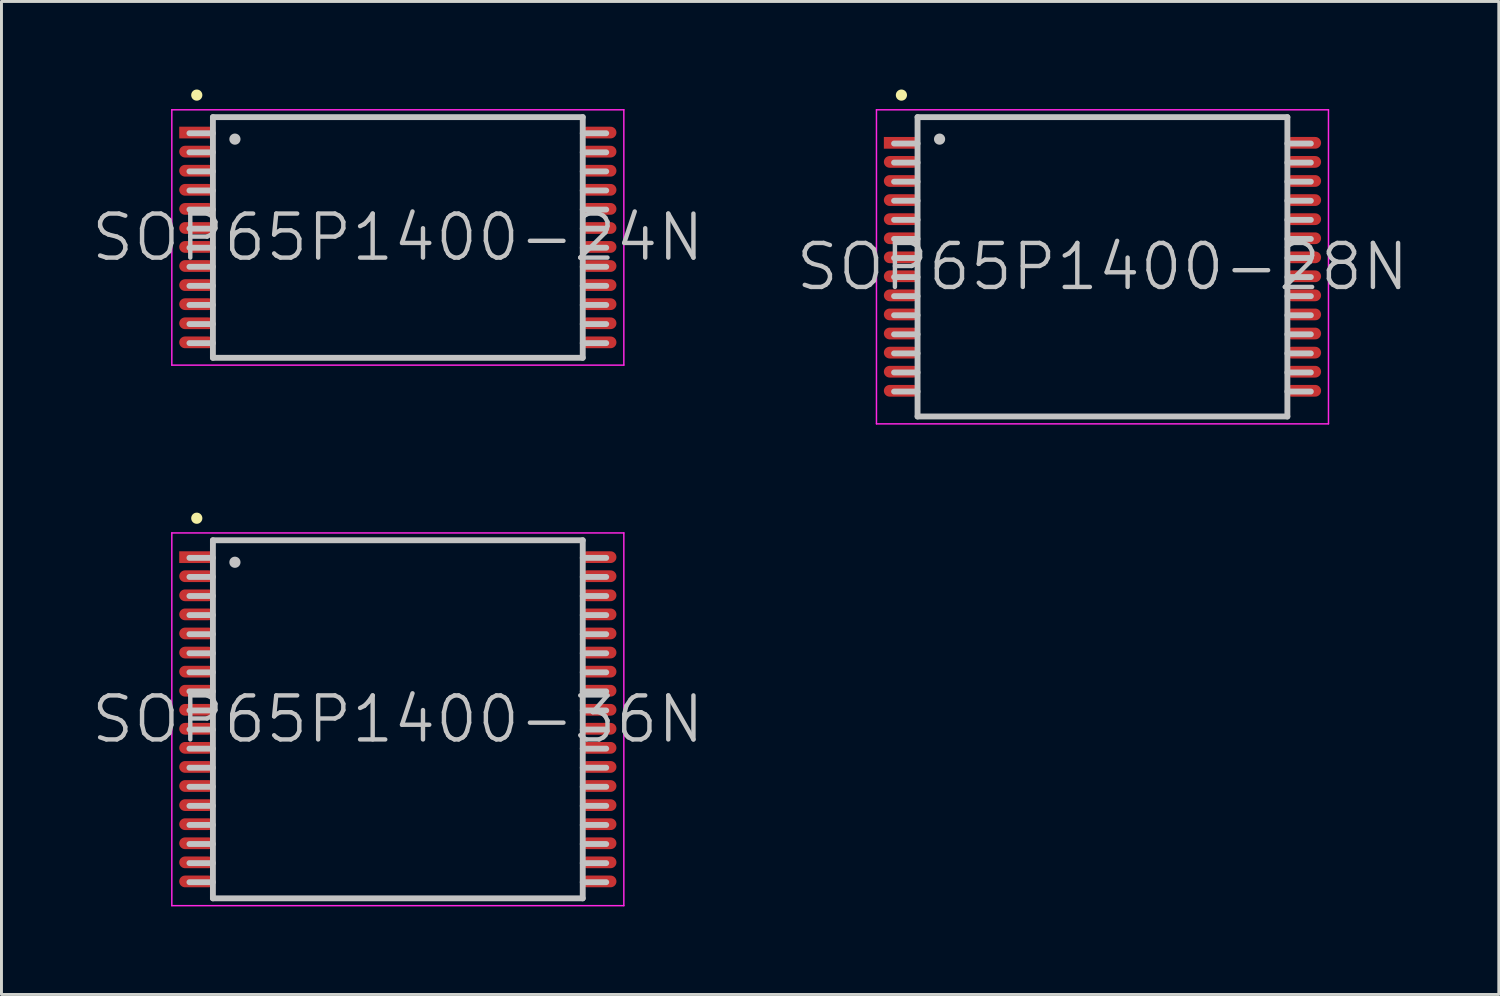
<source format=kicad_pcb>
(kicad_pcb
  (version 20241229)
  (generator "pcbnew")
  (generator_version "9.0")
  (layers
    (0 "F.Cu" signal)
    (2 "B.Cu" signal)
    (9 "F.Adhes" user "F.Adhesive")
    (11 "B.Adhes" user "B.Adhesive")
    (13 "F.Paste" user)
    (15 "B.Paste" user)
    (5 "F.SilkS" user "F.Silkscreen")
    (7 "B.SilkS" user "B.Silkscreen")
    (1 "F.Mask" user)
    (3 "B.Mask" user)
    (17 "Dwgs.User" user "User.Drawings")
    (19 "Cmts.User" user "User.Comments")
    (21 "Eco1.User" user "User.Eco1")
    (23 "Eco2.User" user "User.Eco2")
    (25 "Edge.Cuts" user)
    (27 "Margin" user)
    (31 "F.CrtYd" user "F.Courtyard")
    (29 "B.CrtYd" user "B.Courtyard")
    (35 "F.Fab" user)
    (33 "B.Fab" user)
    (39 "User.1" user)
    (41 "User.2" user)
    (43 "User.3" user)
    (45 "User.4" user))
  (footprint "SOP65P1400-24N"
    (layer "F.Cu")
    (at 10.504 5.04)
    (property "Reference" "SOP65P1400-24N" (at 0 0 0) (layer "Dwgs.User") (effects (font (size 1.5 1.5) (thickness 0.15))))
    (attr smd)
    (fp_line (start -6.85 -4.85) (end -6.85 -4.85) (stroke (width 0.381) (type solid)) (layer "F.SilkS"))
    (fp_line (start -6.3 -4.1) (end -6.3 4.1) (stroke (width 0.2) (type solid)) (layer "Dwgs.User"))
    (fp_line (start -6.3 -4.1) (end 6.3 -4.1) (stroke (width 0.2) (type solid)) (layer "Dwgs.User"))
    (fp_line (start -6.3 -3.55) (end -7.1 -3.55) (stroke (width 0.2) (type solid)) (layer "Dwgs.User"))
    (fp_line (start -6.3 -2.9) (end -7.1 -2.9) (stroke (width 0.2) (type solid)) (layer "Dwgs.User"))
    (fp_line (start -6.3 -2.25) (end -7.1 -2.25) (stroke (width 0.2) (type solid)) (layer "Dwgs.User"))
    (fp_line (start -6.3 -1.6) (end -7.1 -1.6) (stroke (width 0.2) (type solid)) (layer "Dwgs.User"))
    (fp_line (start -6.3 -0.95) (end -7.1 -0.95) (stroke (width 0.2) (type solid)) (layer "Dwgs.User"))
    (fp_line (start -6.3 -0.3) (end -7.1 -0.3) (stroke (width 0.2) (type solid)) (layer "Dwgs.User"))
    (fp_line (start -6.3 0.35) (end -7.1 0.35) (stroke (width 0.2) (type solid)) (layer "Dwgs.User"))
    (fp_line (start -6.3 1) (end -7.1 1) (stroke (width 0.2) (type solid)) (layer "Dwgs.User"))
    (fp_line (start -6.3 1.65) (end -7.1 1.65) (stroke (width 0.2) (type solid)) (layer "Dwgs.User"))
    (fp_line (start -6.3 2.3) (end -7.1 2.3) (stroke (width 0.2) (type solid)) (layer "Dwgs.User"))
    (fp_line (start -6.3 2.95) (end -7.1 2.95) (stroke (width 0.2) (type solid)) (layer "Dwgs.User"))
    (fp_line (start -6.3 3.6) (end -7.1 3.6) (stroke (width 0.2) (type solid)) (layer "Dwgs.User"))
    (fp_line (start -6.3 4.1) (end 6.3 4.1) (stroke (width 0.2) (type solid)) (layer "Dwgs.User"))
    (fp_line (start -5.55 -3.35) (end -5.55 -3.35) (stroke (width 0.381) (type solid)) (layer "Dwgs.User"))
    (fp_line (start 6.3 -4.1) (end 6.3 4.1) (stroke (width 0.2) (type solid)) (layer "Dwgs.User"))
    (fp_line (start 7.1 -3.55) (end 6.3 -3.55) (stroke (width 0.2) (type solid)) (layer "Dwgs.User"))
    (fp_line (start 7.1 -2.9) (end 6.3 -2.9) (stroke (width 0.2) (type solid)) (layer "Dwgs.User"))
    (fp_line (start 7.1 -2.25) (end 6.3 -2.25) (stroke (width 0.2) (type solid)) (layer "Dwgs.User"))
    (fp_line (start 7.1 -1.6) (end 6.3 -1.6) (stroke (width 0.2) (type solid)) (layer "Dwgs.User"))
    (fp_line (start 7.1 -0.95) (end 6.3 -0.95) (stroke (width 0.2) (type solid)) (layer "Dwgs.User"))
    (fp_line (start 7.1 -0.3) (end 6.3 -0.3) (stroke (width 0.2) (type solid)) (layer "Dwgs.User"))
    (fp_line (start 7.1 0.35) (end 6.3 0.35) (stroke (width 0.2) (type solid)) (layer "Dwgs.User"))
    (fp_line (start 7.1 1) (end 6.3 1) (stroke (width 0.2) (type solid)) (layer "Dwgs.User"))
    (fp_line (start 7.1 1.65) (end 6.3 1.65) (stroke (width 0.2) (type solid)) (layer "Dwgs.User"))
    (fp_line (start 7.1 2.3) (end 6.3 2.3) (stroke (width 0.2) (type solid)) (layer "Dwgs.User"))
    (fp_line (start 7.1 2.95) (end 6.3 2.95) (stroke (width 0.2) (type solid)) (layer "Dwgs.User"))
    (fp_line (start 7.1 3.6) (end 6.3 3.6) (stroke (width 0.2) (type solid)) (layer "Dwgs.User"))
    (fp_line (start -7.7 -4.35) (end -7.7 4.35) (stroke (width 0.05) (type solid)) (layer "F.CrtYd"))
    (fp_line (start -7.7 -4.35) (end 7.7 -4.35) (stroke (width 0.05) (type solid)) (layer "F.CrtYd"))
    (fp_line (start -7.7 4.35) (end 7.7 4.35) (stroke (width 0.05) (type solid)) (layer "F.CrtYd"))
    (fp_line (start 7.7 -4.35) (end 7.7 4.35) (stroke (width 0.05) (type solid)) (layer "F.CrtYd"))
    (pad "1" smd rect (at -6.848 -3.574 90) (size 0.4 1.2) (layers "F.Cu" "F.Mask" "F.Paste"))
    (pad "2" smd oval (at -6.848 -2.924 90) (size 0.4 1.2) (layers "F.Cu" "F.Mask" "F.Paste"))
    (pad "3" smd oval (at -6.848 -2.273 90) (size 0.4 1.2) (layers "F.Cu" "F.Mask" "F.Paste"))
    (pad "4" smd oval (at -6.848 -1.623 90) (size 0.4 1.2) (layers "F.Cu" "F.Mask" "F.Paste"))
    (pad "5" smd oval (at -6.848 -0.973 90) (size 0.4 1.2) (layers "F.Cu" "F.Mask" "F.Paste"))
    (pad "6" smd oval (at -6.848 -0.323 90) (size 0.4 1.2) (layers "F.Cu" "F.Mask" "F.Paste"))
    (pad "7" smd oval (at -6.848 0.323 90) (size 0.4 1.2) (layers "F.Cu" "F.Mask" "F.Paste"))
    (pad "8" smd oval (at -6.848 0.973 90) (size 0.4 1.2) (layers "F.Cu" "F.Mask" "F.Paste"))
    (pad "9" smd oval (at -6.848 1.623 90) (size 0.4 1.2) (layers "F.Cu" "F.Mask" "F.Paste"))
    (pad "10" smd oval (at -6.848 2.273 90) (size 0.4 1.2) (layers "F.Cu" "F.Mask" "F.Paste"))
    (pad "11" smd oval (at -6.848 2.924 90) (size 0.4 1.2) (layers "F.Cu" "F.Mask" "F.Paste"))
    (pad "12" smd oval (at -6.848 3.574 90) (size 0.4 1.2) (layers "F.Cu" "F.Mask" "F.Paste"))
    (pad "13" smd oval (at 6.848 3.574 270) (size 0.4 1.2) (layers "F.Cu" "F.Mask" "F.Paste"))
    (pad "14" smd oval (at 6.848 2.924 270) (size 0.4 1.2) (layers "F.Cu" "F.Mask" "F.Paste"))
    (pad "15" smd oval (at 6.848 2.273 270) (size 0.4 1.2) (layers "F.Cu" "F.Mask" "F.Paste"))
    (pad "16" smd oval (at 6.848 1.623 270) (size 0.4 1.2) (layers "F.Cu" "F.Mask" "F.Paste"))
    (pad "17" smd oval (at 6.848 0.973 270) (size 0.4 1.2) (layers "F.Cu" "F.Mask" "F.Paste"))
    (pad "18" smd oval (at 6.848 0.323 270) (size 0.4 1.2) (layers "F.Cu" "F.Mask" "F.Paste"))
    (pad "19" smd oval (at 6.848 -0.323 270) (size 0.4 1.2) (layers "F.Cu" "F.Mask" "F.Paste"))
    (pad "20" smd oval (at 6.848 -0.973 270) (size 0.4 1.2) (layers "F.Cu" "F.Mask" "F.Paste"))
    (pad "21" smd oval (at 6.848 -1.623 270) (size 0.4 1.2) (layers "F.Cu" "F.Mask" "F.Paste"))
    (pad "22" smd oval (at 6.848 -2.273 270) (size 0.4 1.2) (layers "F.Cu" "F.Mask" "F.Paste"))
    (pad "23" smd oval (at 6.848 -2.924 270) (size 0.4 1.2) (layers "F.Cu" "F.Mask" "F.Paste"))
    (pad "24" smd oval (at 6.848 -3.574 270) (size 0.4 1.2) (layers "F.Cu" "F.Mask" "F.Paste")))
  (footprint "SOP65P1400-28N"
    (layer "F.Cu")
    (at 34.511 6.04)
    (property "Reference" "SOP65P1400-28N" (at 0 0 0) (layer "Dwgs.User") (effects (font (size 1.5 1.5) (thickness 0.15))))
    (attr smd)
    (fp_line (start -6.85 -5.85) (end -6.85 -5.85) (stroke (width 0.381) (type solid)) (layer "F.SilkS"))
    (fp_line (start -6.3 -5.1) (end -6.3 5.1) (stroke (width 0.2) (type solid)) (layer "Dwgs.User"))
    (fp_line (start -6.3 -5.1) (end 6.3 -5.1) (stroke (width 0.2) (type solid)) (layer "Dwgs.User"))
    (fp_line (start -6.3 -4.2) (end -7.1 -4.2) (stroke (width 0.2) (type solid)) (layer "Dwgs.User"))
    (fp_line (start -6.3 -3.55) (end -7.1 -3.55) (stroke (width 0.2) (type solid)) (layer "Dwgs.User"))
    (fp_line (start -6.3 -2.9) (end -7.1 -2.9) (stroke (width 0.2) (type solid)) (layer "Dwgs.User"))
    (fp_line (start -6.3 -2.25) (end -7.1 -2.25) (stroke (width 0.2) (type solid)) (layer "Dwgs.User"))
    (fp_line (start -6.3 -1.6) (end -7.1 -1.6) (stroke (width 0.2) (type solid)) (layer "Dwgs.User"))
    (fp_line (start -6.3 -0.95) (end -7.1 -0.95) (stroke (width 0.2) (type solid)) (layer "Dwgs.User"))
    (fp_line (start -6.3 -0.3) (end -7.1 -0.3) (stroke (width 0.2) (type solid)) (layer "Dwgs.User"))
    (fp_line (start -6.3 0.35) (end -7.1 0.35) (stroke (width 0.2) (type solid)) (layer "Dwgs.User"))
    (fp_line (start -6.3 1) (end -7.1 1) (stroke (width 0.2) (type solid)) (layer "Dwgs.User"))
    (fp_line (start -6.3 1.65) (end -7.1 1.65) (stroke (width 0.2) (type solid)) (layer "Dwgs.User"))
    (fp_line (start -6.3 2.3) (end -7.1 2.3) (stroke (width 0.2) (type solid)) (layer "Dwgs.User"))
    (fp_line (start -6.3 2.95) (end -7.1 2.95) (stroke (width 0.2) (type solid)) (layer "Dwgs.User"))
    (fp_line (start -6.3 3.6) (end -7.1 3.6) (stroke (width 0.2) (type solid)) (layer "Dwgs.User"))
    (fp_line (start -6.3 4.25) (end -7.1 4.25) (stroke (width 0.2) (type solid)) (layer "Dwgs.User"))
    (fp_line (start -6.3 5.1) (end 6.3 5.1) (stroke (width 0.2) (type solid)) (layer "Dwgs.User"))
    (fp_line (start -5.55 -4.35) (end -5.55 -4.35) (stroke (width 0.381) (type solid)) (layer "Dwgs.User"))
    (fp_line (start 6.3 -5.1) (end 6.3 5.1) (stroke (width 0.2) (type solid)) (layer "Dwgs.User"))
    (fp_line (start 7.1 -4.2) (end 6.3 -4.2) (stroke (width 0.2) (type solid)) (layer "Dwgs.User"))
    (fp_line (start 7.1 -3.55) (end 6.3 -3.55) (stroke (width 0.2) (type solid)) (layer "Dwgs.User"))
    (fp_line (start 7.1 -2.9) (end 6.3 -2.9) (stroke (width 0.2) (type solid)) (layer "Dwgs.User"))
    (fp_line (start 7.1 -2.25) (end 6.3 -2.25) (stroke (width 0.2) (type solid)) (layer "Dwgs.User"))
    (fp_line (start 7.1 -1.6) (end 6.3 -1.6) (stroke (width 0.2) (type solid)) (layer "Dwgs.User"))
    (fp_line (start 7.1 -0.95) (end 6.3 -0.95) (stroke (width 0.2) (type solid)) (layer "Dwgs.User"))
    (fp_line (start 7.1 -0.3) (end 6.3 -0.3) (stroke (width 0.2) (type solid)) (layer "Dwgs.User"))
    (fp_line (start 7.1 0.35) (end 6.3 0.35) (stroke (width 0.2) (type solid)) (layer "Dwgs.User"))
    (fp_line (start 7.1 1) (end 6.3 1) (stroke (width 0.2) (type solid)) (layer "Dwgs.User"))
    (fp_line (start 7.1 1.65) (end 6.3 1.65) (stroke (width 0.2) (type solid)) (layer "Dwgs.User"))
    (fp_line (start 7.1 2.3) (end 6.3 2.3) (stroke (width 0.2) (type solid)) (layer "Dwgs.User"))
    (fp_line (start 7.1 2.95) (end 6.3 2.95) (stroke (width 0.2) (type solid)) (layer "Dwgs.User"))
    (fp_line (start 7.1 3.6) (end 6.3 3.6) (stroke (width 0.2) (type solid)) (layer "Dwgs.User"))
    (fp_line (start 7.1 4.25) (end 6.3 4.25) (stroke (width 0.2) (type solid)) (layer "Dwgs.User"))
    (fp_line (start -7.7 -5.35) (end -7.7 5.35) (stroke (width 0.05) (type solid)) (layer "F.CrtYd"))
    (fp_line (start -7.7 -5.35) (end 7.7 -5.35) (stroke (width 0.05) (type solid)) (layer "F.CrtYd"))
    (fp_line (start -7.7 5.35) (end 7.7 5.35) (stroke (width 0.05) (type solid)) (layer "F.CrtYd"))
    (fp_line (start 7.7 -5.35) (end 7.7 5.35) (stroke (width 0.05) (type solid)) (layer "F.CrtYd"))
    (pad "1" smd rect (at -6.848 -4.224 90) (size 0.4 1.2) (layers "F.Cu" "F.Mask" "F.Paste"))
    (pad "2" smd oval (at -6.848 -3.574 90) (size 0.4 1.2) (layers "F.Cu" "F.Mask" "F.Paste"))
    (pad "3" smd oval (at -6.848 -2.924 90) (size 0.4 1.2) (layers "F.Cu" "F.Mask" "F.Paste"))
    (pad "4" smd oval (at -6.848 -2.273 90) (size 0.4 1.2) (layers "F.Cu" "F.Mask" "F.Paste"))
    (pad "5" smd oval (at -6.848 -1.623 90) (size 0.4 1.2) (layers "F.Cu" "F.Mask" "F.Paste"))
    (pad "6" smd oval (at -6.848 -0.973 90) (size 0.4 1.2) (layers "F.Cu" "F.Mask" "F.Paste"))
    (pad "7" smd oval (at -6.848 -0.323 90) (size 0.4 1.2) (layers "F.Cu" "F.Mask" "F.Paste"))
    (pad "8" smd oval (at -6.848 0.323 90) (size 0.4 1.2) (layers "F.Cu" "F.Mask" "F.Paste"))
    (pad "9" smd oval (at -6.848 0.973 90) (size 0.4 1.2) (layers "F.Cu" "F.Mask" "F.Paste"))
    (pad "10" smd oval (at -6.848 1.623 90) (size 0.4 1.2) (layers "F.Cu" "F.Mask" "F.Paste"))
    (pad "11" smd oval (at -6.848 2.273 90) (size 0.4 1.2) (layers "F.Cu" "F.Mask" "F.Paste"))
    (pad "12" smd oval (at -6.848 2.924 90) (size 0.4 1.2) (layers "F.Cu" "F.Mask" "F.Paste"))
    (pad "13" smd oval (at -6.848 3.574 90) (size 0.4 1.2) (layers "F.Cu" "F.Mask" "F.Paste"))
    (pad "14" smd oval (at -6.848 4.224 90) (size 0.4 1.2) (layers "F.Cu" "F.Mask" "F.Paste"))
    (pad "15" smd oval (at 6.848 4.224 270) (size 0.4 1.2) (layers "F.Cu" "F.Mask" "F.Paste"))
    (pad "16" smd oval (at 6.848 3.574 270) (size 0.4 1.2) (layers "F.Cu" "F.Mask" "F.Paste"))
    (pad "17" smd oval (at 6.848 2.924 270) (size 0.4 1.2) (layers "F.Cu" "F.Mask" "F.Paste"))
    (pad "18" smd oval (at 6.848 2.273 270) (size 0.4 1.2) (layers "F.Cu" "F.Mask" "F.Paste"))
    (pad "19" smd oval (at 6.848 1.623 270) (size 0.4 1.2) (layers "F.Cu" "F.Mask" "F.Paste"))
    (pad "20" smd oval (at 6.848 0.973 270) (size 0.4 1.2) (layers "F.Cu" "F.Mask" "F.Paste"))
    (pad "21" smd oval (at 6.848 0.323 270) (size 0.4 1.2) (layers "F.Cu" "F.Mask" "F.Paste"))
    (pad "22" smd oval (at 6.848 -0.323 270) (size 0.4 1.2) (layers "F.Cu" "F.Mask" "F.Paste"))
    (pad "23" smd oval (at 6.848 -0.973 270) (size 0.4 1.2) (layers "F.Cu" "F.Mask" "F.Paste"))
    (pad "24" smd oval (at 6.848 -1.623 270) (size 0.4 1.2) (layers "F.Cu" "F.Mask" "F.Paste"))
    (pad "25" smd oval (at 6.848 -2.273 270) (size 0.4 1.2) (layers "F.Cu" "F.Mask" "F.Paste"))
    (pad "26" smd oval (at 6.848 -2.924 270) (size 0.4 1.2) (layers "F.Cu" "F.Mask" "F.Paste"))
    (pad "27" smd oval (at 6.848 -3.574 270) (size 0.4 1.2) (layers "F.Cu" "F.Mask" "F.Paste"))
    (pad "28" smd oval (at 6.848 -4.224 270) (size 0.4 1.2) (layers "F.Cu" "F.Mask" "F.Paste")))
  (footprint "SOP65P1400-36N"
    (layer "F.Cu")
    (at 10.504 21.456)
    (property "Reference" "SOP65P1400-36N" (at 0 0 0) (layer "Dwgs.User") (effects (font (size 1.5 1.5) (thickness 0.15))))
    (attr smd)
    (fp_line (start -6.85 -6.85) (end -6.85 -6.85) (stroke (width 0.381) (type solid)) (layer "F.SilkS"))
    (fp_line (start -6.3 -6.1) (end -6.3 6.1) (stroke (width 0.2) (type solid)) (layer "Dwgs.User"))
    (fp_line (start -6.3 -6.1) (end 6.3 -6.1) (stroke (width 0.2) (type solid)) (layer "Dwgs.User"))
    (fp_line (start -6.3 -5.5) (end -7.1 -5.5) (stroke (width 0.2) (type solid)) (layer "Dwgs.User"))
    (fp_line (start -6.3 -4.85) (end -7.1 -4.85) (stroke (width 0.2) (type solid)) (layer "Dwgs.User"))
    (fp_line (start -6.3 -4.2) (end -7.1 -4.2) (stroke (width 0.2) (type solid)) (layer "Dwgs.User"))
    (fp_line (start -6.3 -3.55) (end -7.1 -3.55) (stroke (width 0.2) (type solid)) (layer "Dwgs.User"))
    (fp_line (start -6.3 -2.9) (end -7.1 -2.9) (stroke (width 0.2) (type solid)) (layer "Dwgs.User"))
    (fp_line (start -6.3 -2.25) (end -7.1 -2.25) (stroke (width 0.2) (type solid)) (layer "Dwgs.User"))
    (fp_line (start -6.3 -1.6) (end -7.1 -1.6) (stroke (width 0.2) (type solid)) (layer "Dwgs.User"))
    (fp_line (start -6.3 -0.95) (end -7.1 -0.95) (stroke (width 0.2) (type solid)) (layer "Dwgs.User"))
    (fp_line (start -6.3 -0.3) (end -7.1 -0.3) (stroke (width 0.2) (type solid)) (layer "Dwgs.User"))
    (fp_line (start -6.3 0.35) (end -7.1 0.35) (stroke (width 0.2) (type solid)) (layer "Dwgs.User"))
    (fp_line (start -6.3 1) (end -7.1 1) (stroke (width 0.2) (type solid)) (layer "Dwgs.User"))
    (fp_line (start -6.3 1.65) (end -7.1 1.65) (stroke (width 0.2) (type solid)) (layer "Dwgs.User"))
    (fp_line (start -6.3 2.3) (end -7.1 2.3) (stroke (width 0.2) (type solid)) (layer "Dwgs.User"))
    (fp_line (start -6.3 2.95) (end -7.1 2.95) (stroke (width 0.2) (type solid)) (layer "Dwgs.User"))
    (fp_line (start -6.3 3.6) (end -7.1 3.6) (stroke (width 0.2) (type solid)) (layer "Dwgs.User"))
    (fp_line (start -6.3 4.25) (end -7.1 4.25) (stroke (width 0.2) (type solid)) (layer "Dwgs.User"))
    (fp_line (start -6.3 4.9) (end -7.1 4.9) (stroke (width 0.2) (type solid)) (layer "Dwgs.User"))
    (fp_line (start -6.3 5.55) (end -7.1 5.55) (stroke (width 0.2) (type solid)) (layer "Dwgs.User"))
    (fp_line (start -6.3 6.1) (end 6.3 6.1) (stroke (width 0.2) (type solid)) (layer "Dwgs.User"))
    (fp_line (start -5.55 -5.35) (end -5.55 -5.35) (stroke (width 0.381) (type solid)) (layer "Dwgs.User"))
    (fp_line (start 6.3 -6.1) (end 6.3 6.1) (stroke (width 0.2) (type solid)) (layer "Dwgs.User"))
    (fp_line (start 7.1 -5.5) (end 6.3 -5.5) (stroke (width 0.2) (type solid)) (layer "Dwgs.User"))
    (fp_line (start 7.1 -4.85) (end 6.3 -4.85) (stroke (width 0.2) (type solid)) (layer "Dwgs.User"))
    (fp_line (start 7.1 -4.2) (end 6.3 -4.2) (stroke (width 0.2) (type solid)) (layer "Dwgs.User"))
    (fp_line (start 7.1 -3.55) (end 6.3 -3.55) (stroke (width 0.2) (type solid)) (layer "Dwgs.User"))
    (fp_line (start 7.1 -2.9) (end 6.3 -2.9) (stroke (width 0.2) (type solid)) (layer "Dwgs.User"))
    (fp_line (start 7.1 -2.25) (end 6.3 -2.25) (stroke (width 0.2) (type solid)) (layer "Dwgs.User"))
    (fp_line (start 7.1 -1.6) (end 6.3 -1.6) (stroke (width 0.2) (type solid)) (layer "Dwgs.User"))
    (fp_line (start 7.1 -0.95) (end 6.3 -0.95) (stroke (width 0.2) (type solid)) (layer "Dwgs.User"))
    (fp_line (start 7.1 -0.3) (end 6.3 -0.3) (stroke (width 0.2) (type solid)) (layer "Dwgs.User"))
    (fp_line (start 7.1 0.35) (end 6.3 0.35) (stroke (width 0.2) (type solid)) (layer "Dwgs.User"))
    (fp_line (start 7.1 1) (end 6.3 1) (stroke (width 0.2) (type solid)) (layer "Dwgs.User"))
    (fp_line (start 7.1 1.65) (end 6.3 1.65) (stroke (width 0.2) (type solid)) (layer "Dwgs.User"))
    (fp_line (start 7.1 2.3) (end 6.3 2.3) (stroke (width 0.2) (type solid)) (layer "Dwgs.User"))
    (fp_line (start 7.1 2.95) (end 6.3 2.95) (stroke (width 0.2) (type solid)) (layer "Dwgs.User"))
    (fp_line (start 7.1 3.6) (end 6.3 3.6) (stroke (width 0.2) (type solid)) (layer "Dwgs.User"))
    (fp_line (start 7.1 4.25) (end 6.3 4.25) (stroke (width 0.2) (type solid)) (layer "Dwgs.User"))
    (fp_line (start 7.1 4.9) (end 6.3 4.9) (stroke (width 0.2) (type solid)) (layer "Dwgs.User"))
    (fp_line (start 7.1 5.55) (end 6.3 5.55) (stroke (width 0.2) (type solid)) (layer "Dwgs.User"))
    (fp_line (start -7.7 -6.35) (end -7.7 6.35) (stroke (width 0.05) (type solid)) (layer "F.CrtYd"))
    (fp_line (start -7.7 -6.35) (end 7.7 -6.35) (stroke (width 0.05) (type solid)) (layer "F.CrtYd"))
    (fp_line (start -7.7 6.35) (end 7.7 6.35) (stroke (width 0.05) (type solid)) (layer "F.CrtYd"))
    (fp_line (start 7.7 -6.35) (end 7.7 6.35) (stroke (width 0.05) (type solid)) (layer "F.CrtYd"))
    (pad "1" smd rect (at -6.848 -5.524 90) (size 0.4 1.2) (layers "F.Cu" "F.Mask" "F.Paste"))
    (pad "2" smd oval (at -6.848 -4.874 90) (size 0.4 1.2) (layers "F.Cu" "F.Mask" "F.Paste"))
    (pad "3" smd oval (at -6.848 -4.224 90) (size 0.4 1.2) (layers "F.Cu" "F.Mask" "F.Paste"))
    (pad "4" smd oval (at -6.848 -3.574 90) (size 0.4 1.2) (layers "F.Cu" "F.Mask" "F.Paste"))
    (pad "5" smd oval (at -6.848 -2.924 90) (size 0.4 1.2) (layers "F.Cu" "F.Mask" "F.Paste"))
    (pad "6" smd oval (at -6.848 -2.273 90) (size 0.4 1.2) (layers "F.Cu" "F.Mask" "F.Paste"))
    (pad "7" smd oval (at -6.848 -1.623 90) (size 0.4 1.2) (layers "F.Cu" "F.Mask" "F.Paste"))
    (pad "8" smd oval (at -6.848 -0.973 90) (size 0.4 1.2) (layers "F.Cu" "F.Mask" "F.Paste"))
    (pad "9" smd oval (at -6.848 -0.323 90) (size 0.4 1.2) (layers "F.Cu" "F.Mask" "F.Paste"))
    (pad "10" smd oval (at -6.848 0.323 90) (size 0.4 1.2) (layers "F.Cu" "F.Mask" "F.Paste"))
    (pad "11" smd oval (at -6.848 0.973 90) (size 0.4 1.2) (layers "F.Cu" "F.Mask" "F.Paste"))
    (pad "12" smd oval (at -6.848 1.623 90) (size 0.4 1.2) (layers "F.Cu" "F.Mask" "F.Paste"))
    (pad "13" smd oval (at -6.848 2.273 90) (size 0.4 1.2) (layers "F.Cu" "F.Mask" "F.Paste"))
    (pad "14" smd oval (at -6.848 2.924 90) (size 0.4 1.2) (layers "F.Cu" "F.Mask" "F.Paste"))
    (pad "15" smd oval (at -6.848 3.574 90) (size 0.4 1.2) (layers "F.Cu" "F.Mask" "F.Paste"))
    (pad "16" smd oval (at -6.848 4.224 90) (size 0.4 1.2) (layers "F.Cu" "F.Mask" "F.Paste"))
    (pad "17" smd oval (at -6.848 4.874 90) (size 0.4 1.2) (layers "F.Cu" "F.Mask" "F.Paste"))
    (pad "18" smd oval (at -6.848 5.524 90) (size 0.4 1.2) (layers "F.Cu" "F.Mask" "F.Paste"))
    (pad "19" smd oval (at 6.848 5.524 270) (size 0.4 1.2) (layers "F.Cu" "F.Mask" "F.Paste"))
    (pad "20" smd oval (at 6.848 4.874 270) (size 0.4 1.2) (layers "F.Cu" "F.Mask" "F.Paste"))
    (pad "21" smd oval (at 6.848 4.224 270) (size 0.4 1.2) (layers "F.Cu" "F.Mask" "F.Paste"))
    (pad "22" smd oval (at 6.848 3.574 270) (size 0.4 1.2) (layers "F.Cu" "F.Mask" "F.Paste"))
    (pad "23" smd oval (at 6.848 2.924 270) (size 0.4 1.2) (layers "F.Cu" "F.Mask" "F.Paste"))
    (pad "24" smd oval (at 6.848 2.273 270) (size 0.4 1.2) (layers "F.Cu" "F.Mask" "F.Paste"))
    (pad "25" smd oval (at 6.848 1.623 270) (size 0.4 1.2) (layers "F.Cu" "F.Mask" "F.Paste"))
    (pad "26" smd oval (at 6.848 0.973 270) (size 0.4 1.2) (layers "F.Cu" "F.Mask" "F.Paste"))
    (pad "27" smd oval (at 6.848 0.323 270) (size 0.4 1.2) (layers "F.Cu" "F.Mask" "F.Paste"))
    (pad "28" smd oval (at 6.848 -0.323 270) (size 0.4 1.2) (layers "F.Cu" "F.Mask" "F.Paste"))
    (pad "29" smd oval (at 6.848 -0.973 270) (size 0.4 1.2) (layers "F.Cu" "F.Mask" "F.Paste"))
    (pad "30" smd oval (at 6.848 -1.623 270) (size 0.4 1.2) (layers "F.Cu" "F.Mask" "F.Paste"))
    (pad "31" smd oval (at 6.848 -2.273 270) (size 0.4 1.2) (layers "F.Cu" "F.Mask" "F.Paste"))
    (pad "32" smd oval (at 6.848 -2.924 270) (size 0.4 1.2) (layers "F.Cu" "F.Mask" "F.Paste"))
    (pad "33" smd oval (at 6.848 -3.574 270) (size 0.4 1.2) (layers "F.Cu" "F.Mask" "F.Paste"))
    (pad "34" smd oval (at 6.848 -4.224 270) (size 0.4 1.2) (layers "F.Cu" "F.Mask" "F.Paste"))
    (pad "35" smd oval (at 6.848 -4.874 270) (size 0.4 1.2) (layers "F.Cu" "F.Mask" "F.Paste"))
    (pad "36" smd oval (at 6.848 -5.524 270) (size 0.4 1.2) (layers "F.Cu" "F.Mask" "F.Paste")))
  (gr_rect
    (start -3 -3)
    (end 48.014 30.831)
    (stroke (width 0.1) (type default))
    (fill no)
    (layer "Edge.Cuts")))
</source>
